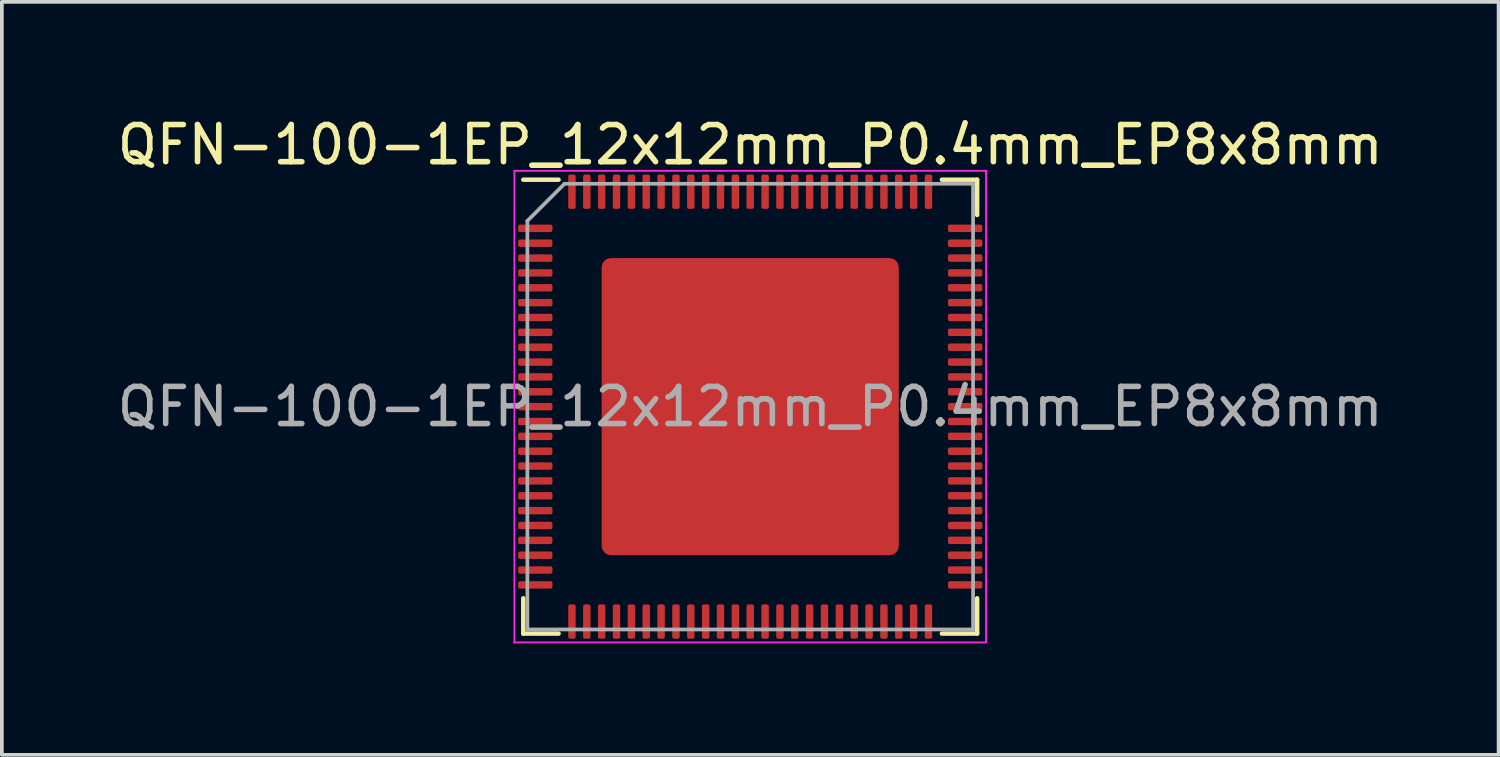
<source format=kicad_pcb>
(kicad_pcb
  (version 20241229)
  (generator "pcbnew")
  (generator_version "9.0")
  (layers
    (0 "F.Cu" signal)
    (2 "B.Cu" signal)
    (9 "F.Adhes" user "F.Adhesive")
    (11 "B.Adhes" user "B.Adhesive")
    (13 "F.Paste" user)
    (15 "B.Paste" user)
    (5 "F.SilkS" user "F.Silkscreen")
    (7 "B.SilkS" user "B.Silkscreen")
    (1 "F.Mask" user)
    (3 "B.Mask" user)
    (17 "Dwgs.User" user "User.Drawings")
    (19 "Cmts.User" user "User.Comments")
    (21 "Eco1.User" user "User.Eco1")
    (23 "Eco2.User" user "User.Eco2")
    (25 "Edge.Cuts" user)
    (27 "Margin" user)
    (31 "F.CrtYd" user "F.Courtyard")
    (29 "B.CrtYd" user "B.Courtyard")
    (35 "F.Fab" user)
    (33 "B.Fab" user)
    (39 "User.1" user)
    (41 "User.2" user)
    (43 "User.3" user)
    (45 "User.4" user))
  (footprint "QFN-100-1EP_12x12mm_P0.4mm_EP8x8mm"
    (layer "F.Cu")
    (at 17.149 7.898)
    (property "Reference" "QFN-100-1EP_12x12mm_P0.4mm_EP8x8mm" (at 0 -7.05 0) (layer "F.SilkS") (effects (font (size 1 1) (thickness 0.15))))
    (attr smd)
    (fp_line (start -6.11 6.11) (end -6.11 5.16) (stroke (width 0.12) (type solid)) (layer "F.SilkS"))
    (fp_line (start -5.16 -6.11) (end -6.11 -6.11) (stroke (width 0.12) (type solid)) (layer "F.SilkS"))
    (fp_line (start -5.16 6.11) (end -6.11 6.11) (stroke (width 0.12) (type solid)) (layer "F.SilkS"))
    (fp_line (start 5.16 -6.11) (end 6.11 -6.11) (stroke (width 0.12) (type solid)) (layer "F.SilkS"))
    (fp_line (start 5.16 6.11) (end 6.11 6.11) (stroke (width 0.12) (type solid)) (layer "F.SilkS"))
    (fp_line (start 6.11 -6.11) (end 6.11 -5.16) (stroke (width 0.12) (type solid)) (layer "F.SilkS"))
    (fp_line (start 6.11 6.11) (end 6.11 5.16) (stroke (width 0.12) (type solid)) (layer "F.SilkS"))
    (fp_line (start -6.35 -6.35) (end -6.35 6.35) (stroke (width 0.05) (type solid)) (layer "F.CrtYd"))
    (fp_line (start -6.35 6.35) (end 6.35 6.35) (stroke (width 0.05) (type solid)) (layer "F.CrtYd"))
    (fp_line (start 6.35 -6.35) (end -6.35 -6.35) (stroke (width 0.05) (type solid)) (layer "F.CrtYd"))
    (fp_line (start 6.35 6.35) (end 6.35 -6.35) (stroke (width 0.05) (type solid)) (layer "F.CrtYd"))
    (fp_line (start -6 -5) (end -5 -6) (stroke (width 0.1) (type solid)) (layer "F.Fab"))
    (fp_line (start -6 6) (end -6 -5) (stroke (width 0.1) (type solid)) (layer "F.Fab"))
    (fp_line (start -5 -6) (end 6 -6) (stroke (width 0.1) (type solid)) (layer "F.Fab"))
    (fp_line (start 6 -6) (end 6 6) (stroke (width 0.1) (type solid)) (layer "F.Fab"))
    (fp_line (start 6 6) (end -6 6) (stroke (width 0.1) (type solid)) (layer "F.Fab"))
    (fp_text user "${REFERENCE}" (at 0 0 0) (layer "F.Fab") (effects (font (size 1 1) (thickness 0.15))))
    (pad "" smd roundrect (at -3.2 -3.2) (size 1.29 1.29) (layers "F.Paste") (roundrect_rratio 0.194))
    (pad "" smd roundrect (at -3.2 -1.6) (size 1.29 1.29) (layers "F.Paste") (roundrect_rratio 0.194))
    (pad "" smd roundrect (at -3.2 0) (size 1.29 1.29) (layers "F.Paste") (roundrect_rratio 0.194))
    (pad "" smd roundrect (at -3.2 1.6) (size 1.29 1.29) (layers "F.Paste") (roundrect_rratio 0.194))
    (pad "" smd roundrect (at -3.2 3.2) (size 1.29 1.29) (layers "F.Paste") (roundrect_rratio 0.194))
    (pad "" smd roundrect (at -1.6 -3.2) (size 1.29 1.29) (layers "F.Paste") (roundrect_rratio 0.194))
    (pad "" smd roundrect (at -1.6 -1.6) (size 1.29 1.29) (layers "F.Paste") (roundrect_rratio 0.194))
    (pad "" smd roundrect (at -1.6 0) (size 1.29 1.29) (layers "F.Paste") (roundrect_rratio 0.194))
    (pad "" smd roundrect (at -1.6 1.6) (size 1.29 1.29) (layers "F.Paste") (roundrect_rratio 0.194))
    (pad "" smd roundrect (at -1.6 3.2) (size 1.29 1.29) (layers "F.Paste") (roundrect_rratio 0.194))
    (pad "" smd roundrect (at 0 -3.2) (size 1.29 1.29) (layers "F.Paste") (roundrect_rratio 0.194))
    (pad "" smd roundrect (at 0 -1.6) (size 1.29 1.29) (layers "F.Paste") (roundrect_rratio 0.194))
    (pad "" smd roundrect (at 0 0) (size 1.29 1.29) (layers "F.Paste") (roundrect_rratio 0.194))
    (pad "" smd roundrect (at 0 1.6) (size 1.29 1.29) (layers "F.Paste") (roundrect_rratio 0.194))
    (pad "" smd roundrect (at 0 3.2) (size 1.29 1.29) (layers "F.Paste") (roundrect_rratio 0.194))
    (pad "" smd roundrect (at 1.6 -3.2) (size 1.29 1.29) (layers "F.Paste") (roundrect_rratio 0.194))
    (pad "" smd roundrect (at 1.6 -1.6) (size 1.29 1.29) (layers "F.Paste") (roundrect_rratio 0.194))
    (pad "" smd roundrect (at 1.6 0) (size 1.29 1.29) (layers "F.Paste") (roundrect_rratio 0.194))
    (pad "" smd roundrect (at 1.6 1.6) (size 1.29 1.29) (layers "F.Paste") (roundrect_rratio 0.194))
    (pad "" smd roundrect (at 1.6 3.2) (size 1.29 1.29) (layers "F.Paste") (roundrect_rratio 0.194))
    (pad "" smd roundrect (at 3.2 -3.2) (size 1.29 1.29) (layers "F.Paste") (roundrect_rratio 0.194))
    (pad "" smd roundrect (at 3.2 -1.6) (size 1.29 1.29) (layers "F.Paste") (roundrect_rratio 0.194))
    (pad "" smd roundrect (at 3.2 0) (size 1.29 1.29) (layers "F.Paste") (roundrect_rratio 0.194))
    (pad "" smd roundrect (at 3.2 1.6) (size 1.29 1.29) (layers "F.Paste") (roundrect_rratio 0.194))
    (pad "" smd roundrect (at 3.2 3.2) (size 1.29 1.29) (layers "F.Paste") (roundrect_rratio 0.194))
    (pad "1" smd roundrect (at -5.787 -4.8) (size 0.925 0.2) (layers "F.Cu" "F.Mask" "F.Paste") (roundrect_rratio 0.25))
    (pad "2" smd roundrect (at -5.787 -4.4) (size 0.925 0.2) (layers "F.Cu" "F.Mask" "F.Paste") (roundrect_rratio 0.25))
    (pad "3" smd roundrect (at -5.787 -4) (size 0.925 0.2) (layers "F.Cu" "F.Mask" "F.Paste") (roundrect_rratio 0.25))
    (pad "4" smd roundrect (at -5.787 -3.6) (size 0.925 0.2) (layers "F.Cu" "F.Mask" "F.Paste") (roundrect_rratio 0.25))
    (pad "5" smd roundrect (at -5.787 -3.2) (size 0.925 0.2) (layers "F.Cu" "F.Mask" "F.Paste") (roundrect_rratio 0.25))
    (pad "6" smd roundrect (at -5.787 -2.8) (size 0.925 0.2) (layers "F.Cu" "F.Mask" "F.Paste") (roundrect_rratio 0.25))
    (pad "7" smd roundrect (at -5.787 -2.4) (size 0.925 0.2) (layers "F.Cu" "F.Mask" "F.Paste") (roundrect_rratio 0.25))
    (pad "8" smd roundrect (at -5.787 -2) (size 0.925 0.2) (layers "F.Cu" "F.Mask" "F.Paste") (roundrect_rratio 0.25))
    (pad "9" smd roundrect (at -5.787 -1.6) (size 0.925 0.2) (layers "F.Cu" "F.Mask" "F.Paste") (roundrect_rratio 0.25))
    (pad "10" smd roundrect (at -5.787 -1.2) (size 0.925 0.2) (layers "F.Cu" "F.Mask" "F.Paste") (roundrect_rratio 0.25))
    (pad "11" smd roundrect (at -5.787 -0.8) (size 0.925 0.2) (layers "F.Cu" "F.Mask" "F.Paste") (roundrect_rratio 0.25))
    (pad "12" smd roundrect (at -5.787 -0.4) (size 0.925 0.2) (layers "F.Cu" "F.Mask" "F.Paste") (roundrect_rratio 0.25))
    (pad "13" smd roundrect (at -5.787 0) (size 0.925 0.2) (layers "F.Cu" "F.Mask" "F.Paste") (roundrect_rratio 0.25))
    (pad "14" smd roundrect (at -5.787 0.4) (size 0.925 0.2) (layers "F.Cu" "F.Mask" "F.Paste") (roundrect_rratio 0.25))
    (pad "15" smd roundrect (at -5.787 0.8) (size 0.925 0.2) (layers "F.Cu" "F.Mask" "F.Paste") (roundrect_rratio 0.25))
    (pad "16" smd roundrect (at -5.787 1.2) (size 0.925 0.2) (layers "F.Cu" "F.Mask" "F.Paste") (roundrect_rratio 0.25))
    (pad "17" smd roundrect (at -5.787 1.6) (size 0.925 0.2) (layers "F.Cu" "F.Mask" "F.Paste") (roundrect_rratio 0.25))
    (pad "18" smd roundrect (at -5.787 2) (size 0.925 0.2) (layers "F.Cu" "F.Mask" "F.Paste") (roundrect_rratio 0.25))
    (pad "19" smd roundrect (at -5.787 2.4) (size 0.925 0.2) (layers "F.Cu" "F.Mask" "F.Paste") (roundrect_rratio 0.25))
    (pad "20" smd roundrect (at -5.787 2.8) (size 0.925 0.2) (layers "F.Cu" "F.Mask" "F.Paste") (roundrect_rratio 0.25))
    (pad "21" smd roundrect (at -5.787 3.2) (size 0.925 0.2) (layers "F.Cu" "F.Mask" "F.Paste") (roundrect_rratio 0.25))
    (pad "22" smd roundrect (at -5.787 3.6) (size 0.925 0.2) (layers "F.Cu" "F.Mask" "F.Paste") (roundrect_rratio 0.25))
    (pad "23" smd roundrect (at -5.787 4) (size 0.925 0.2) (layers "F.Cu" "F.Mask" "F.Paste") (roundrect_rratio 0.25))
    (pad "24" smd roundrect (at -5.787 4.4) (size 0.925 0.2) (layers "F.Cu" "F.Mask" "F.Paste") (roundrect_rratio 0.25))
    (pad "25" smd roundrect (at -5.787 4.8) (size 0.925 0.2) (layers "F.Cu" "F.Mask" "F.Paste") (roundrect_rratio 0.25))
    (pad "26" smd roundrect (at -4.8 5.787) (size 0.2 0.925) (layers "F.Cu" "F.Mask" "F.Paste") (roundrect_rratio 0.25))
    (pad "27" smd roundrect (at -4.4 5.787) (size 0.2 0.925) (layers "F.Cu" "F.Mask" "F.Paste") (roundrect_rratio 0.25))
    (pad "28" smd roundrect (at -4 5.787) (size 0.2 0.925) (layers "F.Cu" "F.Mask" "F.Paste") (roundrect_rratio 0.25))
    (pad "29" smd roundrect (at -3.6 5.787) (size 0.2 0.925) (layers "F.Cu" "F.Mask" "F.Paste") (roundrect_rratio 0.25))
    (pad "30" smd roundrect (at -3.2 5.787) (size 0.2 0.925) (layers "F.Cu" "F.Mask" "F.Paste") (roundrect_rratio 0.25))
    (pad "31" smd roundrect (at -2.8 5.787) (size 0.2 0.925) (layers "F.Cu" "F.Mask" "F.Paste") (roundrect_rratio 0.25))
    (pad "32" smd roundrect (at -2.4 5.787) (size 0.2 0.925) (layers "F.Cu" "F.Mask" "F.Paste") (roundrect_rratio 0.25))
    (pad "33" smd roundrect (at -2 5.787) (size 0.2 0.925) (layers "F.Cu" "F.Mask" "F.Paste") (roundrect_rratio 0.25))
    (pad "34" smd roundrect (at -1.6 5.787) (size 0.2 0.925) (layers "F.Cu" "F.Mask" "F.Paste") (roundrect_rratio 0.25))
    (pad "35" smd roundrect (at -1.2 5.787) (size 0.2 0.925) (layers "F.Cu" "F.Mask" "F.Paste") (roundrect_rratio 0.25))
    (pad "36" smd roundrect (at -0.8 5.787) (size 0.2 0.925) (layers "F.Cu" "F.Mask" "F.Paste") (roundrect_rratio 0.25))
    (pad "37" smd roundrect (at -0.4 5.787) (size 0.2 0.925) (layers "F.Cu" "F.Mask" "F.Paste") (roundrect_rratio 0.25))
    (pad "38" smd roundrect (at 0 5.787) (size 0.2 0.925) (layers "F.Cu" "F.Mask" "F.Paste") (roundrect_rratio 0.25))
    (pad "39" smd roundrect (at 0.4 5.787) (size 0.2 0.925) (layers "F.Cu" "F.Mask" "F.Paste") (roundrect_rratio 0.25))
    (pad "40" smd roundrect (at 0.8 5.787) (size 0.2 0.925) (layers "F.Cu" "F.Mask" "F.Paste") (roundrect_rratio 0.25))
    (pad "41" smd roundrect (at 1.2 5.787) (size 0.2 0.925) (layers "F.Cu" "F.Mask" "F.Paste") (roundrect_rratio 0.25))
    (pad "42" smd roundrect (at 1.6 5.787) (size 0.2 0.925) (layers "F.Cu" "F.Mask" "F.Paste") (roundrect_rratio 0.25))
    (pad "43" smd roundrect (at 2 5.787) (size 0.2 0.925) (layers "F.Cu" "F.Mask" "F.Paste") (roundrect_rratio 0.25))
    (pad "44" smd roundrect (at 2.4 5.787) (size 0.2 0.925) (layers "F.Cu" "F.Mask" "F.Paste") (roundrect_rratio 0.25))
    (pad "45" smd roundrect (at 2.8 5.787) (size 0.2 0.925) (layers "F.Cu" "F.Mask" "F.Paste") (roundrect_rratio 0.25))
    (pad "46" smd roundrect (at 3.2 5.787) (size 0.2 0.925) (layers "F.Cu" "F.Mask" "F.Paste") (roundrect_rratio 0.25))
    (pad "47" smd roundrect (at 3.6 5.787) (size 0.2 0.925) (layers "F.Cu" "F.Mask" "F.Paste") (roundrect_rratio 0.25))
    (pad "48" smd roundrect (at 4 5.787) (size 0.2 0.925) (layers "F.Cu" "F.Mask" "F.Paste") (roundrect_rratio 0.25))
    (pad "49" smd roundrect (at 4.4 5.787) (size 0.2 0.925) (layers "F.Cu" "F.Mask" "F.Paste") (roundrect_rratio 0.25))
    (pad "50" smd roundrect (at 4.8 5.787) (size 0.2 0.925) (layers "F.Cu" "F.Mask" "F.Paste") (roundrect_rratio 0.25))
    (pad "51" smd roundrect (at 5.787 4.8) (size 0.925 0.2) (layers "F.Cu" "F.Mask" "F.Paste") (roundrect_rratio 0.25))
    (pad "52" smd roundrect (at 5.787 4.4) (size 0.925 0.2) (layers "F.Cu" "F.Mask" "F.Paste") (roundrect_rratio 0.25))
    (pad "53" smd roundrect (at 5.787 4) (size 0.925 0.2) (layers "F.Cu" "F.Mask" "F.Paste") (roundrect_rratio 0.25))
    (pad "54" smd roundrect (at 5.787 3.6) (size 0.925 0.2) (layers "F.Cu" "F.Mask" "F.Paste") (roundrect_rratio 0.25))
    (pad "55" smd roundrect (at 5.787 3.2) (size 0.925 0.2) (layers "F.Cu" "F.Mask" "F.Paste") (roundrect_rratio 0.25))
    (pad "56" smd roundrect (at 5.787 2.8) (size 0.925 0.2) (layers "F.Cu" "F.Mask" "F.Paste") (roundrect_rratio 0.25))
    (pad "57" smd roundrect (at 5.787 2.4) (size 0.925 0.2) (layers "F.Cu" "F.Mask" "F.Paste") (roundrect_rratio 0.25))
    (pad "58" smd roundrect (at 5.787 2) (size 0.925 0.2) (layers "F.Cu" "F.Mask" "F.Paste") (roundrect_rratio 0.25))
    (pad "59" smd roundrect (at 5.787 1.6) (size 0.925 0.2) (layers "F.Cu" "F.Mask" "F.Paste") (roundrect_rratio 0.25))
    (pad "60" smd roundrect (at 5.787 1.2) (size 0.925 0.2) (layers "F.Cu" "F.Mask" "F.Paste") (roundrect_rratio 0.25))
    (pad "61" smd roundrect (at 5.787 0.8) (size 0.925 0.2) (layers "F.Cu" "F.Mask" "F.Paste") (roundrect_rratio 0.25))
    (pad "62" smd roundrect (at 5.787 0.4) (size 0.925 0.2) (layers "F.Cu" "F.Mask" "F.Paste") (roundrect_rratio 0.25))
    (pad "63" smd roundrect (at 5.787 0) (size 0.925 0.2) (layers "F.Cu" "F.Mask" "F.Paste") (roundrect_rratio 0.25))
    (pad "64" smd roundrect (at 5.787 -0.4) (size 0.925 0.2) (layers "F.Cu" "F.Mask" "F.Paste") (roundrect_rratio 0.25))
    (pad "65" smd roundrect (at 5.787 -0.8) (size 0.925 0.2) (layers "F.Cu" "F.Mask" "F.Paste") (roundrect_rratio 0.25))
    (pad "66" smd roundrect (at 5.787 -1.2) (size 0.925 0.2) (layers "F.Cu" "F.Mask" "F.Paste") (roundrect_rratio 0.25))
    (pad "67" smd roundrect (at 5.787 -1.6) (size 0.925 0.2) (layers "F.Cu" "F.Mask" "F.Paste") (roundrect_rratio 0.25))
    (pad "68" smd roundrect (at 5.787 -2) (size 0.925 0.2) (layers "F.Cu" "F.Mask" "F.Paste") (roundrect_rratio 0.25))
    (pad "69" smd roundrect (at 5.787 -2.4) (size 0.925 0.2) (layers "F.Cu" "F.Mask" "F.Paste") (roundrect_rratio 0.25))
    (pad "70" smd roundrect (at 5.787 -2.8) (size 0.925 0.2) (layers "F.Cu" "F.Mask" "F.Paste") (roundrect_rratio 0.25))
    (pad "71" smd roundrect (at 5.787 -3.2) (size 0.925 0.2) (layers "F.Cu" "F.Mask" "F.Paste") (roundrect_rratio 0.25))
    (pad "72" smd roundrect (at 5.787 -3.6) (size 0.925 0.2) (layers "F.Cu" "F.Mask" "F.Paste") (roundrect_rratio 0.25))
    (pad "73" smd roundrect (at 5.787 -4) (size 0.925 0.2) (layers "F.Cu" "F.Mask" "F.Paste") (roundrect_rratio 0.25))
    (pad "74" smd roundrect (at 5.787 -4.4) (size 0.925 0.2) (layers "F.Cu" "F.Mask" "F.Paste") (roundrect_rratio 0.25))
    (pad "75" smd roundrect (at 5.787 -4.8) (size 0.925 0.2) (layers "F.Cu" "F.Mask" "F.Paste") (roundrect_rratio 0.25))
    (pad "76" smd roundrect (at 4.8 -5.787) (size 0.2 0.925) (layers "F.Cu" "F.Mask" "F.Paste") (roundrect_rratio 0.25))
    (pad "77" smd roundrect (at 4.4 -5.787) (size 0.2 0.925) (layers "F.Cu" "F.Mask" "F.Paste") (roundrect_rratio 0.25))
    (pad "78" smd roundrect (at 4 -5.787) (size 0.2 0.925) (layers "F.Cu" "F.Mask" "F.Paste") (roundrect_rratio 0.25))
    (pad "79" smd roundrect (at 3.6 -5.787) (size 0.2 0.925) (layers "F.Cu" "F.Mask" "F.Paste") (roundrect_rratio 0.25))
    (pad "80" smd roundrect (at 3.2 -5.787) (size 0.2 0.925) (layers "F.Cu" "F.Mask" "F.Paste") (roundrect_rratio 0.25))
    (pad "81" smd roundrect (at 2.8 -5.787) (size 0.2 0.925) (layers "F.Cu" "F.Mask" "F.Paste") (roundrect_rratio 0.25))
    (pad "82" smd roundrect (at 2.4 -5.787) (size 0.2 0.925) (layers "F.Cu" "F.Mask" "F.Paste") (roundrect_rratio 0.25))
    (pad "83" smd roundrect (at 2 -5.787) (size 0.2 0.925) (layers "F.Cu" "F.Mask" "F.Paste") (roundrect_rratio 0.25))
    (pad "84" smd roundrect (at 1.6 -5.787) (size 0.2 0.925) (layers "F.Cu" "F.Mask" "F.Paste") (roundrect_rratio 0.25))
    (pad "85" smd roundrect (at 1.2 -5.787) (size 0.2 0.925) (layers "F.Cu" "F.Mask" "F.Paste") (roundrect_rratio 0.25))
    (pad "86" smd roundrect (at 0.8 -5.787) (size 0.2 0.925) (layers "F.Cu" "F.Mask" "F.Paste") (roundrect_rratio 0.25))
    (pad "87" smd roundrect (at 0.4 -5.787) (size 0.2 0.925) (layers "F.Cu" "F.Mask" "F.Paste") (roundrect_rratio 0.25))
    (pad "88" smd roundrect (at 0 -5.787) (size 0.2 0.925) (layers "F.Cu" "F.Mask" "F.Paste") (roundrect_rratio 0.25))
    (pad "89" smd roundrect (at -0.4 -5.787) (size 0.2 0.925) (layers "F.Cu" "F.Mask" "F.Paste") (roundrect_rratio 0.25))
    (pad "90" smd roundrect (at -0.8 -5.787) (size 0.2 0.925) (layers "F.Cu" "F.Mask" "F.Paste") (roundrect_rratio 0.25))
    (pad "91" smd roundrect (at -1.2 -5.787) (size 0.2 0.925) (layers "F.Cu" "F.Mask" "F.Paste") (roundrect_rratio 0.25))
    (pad "92" smd roundrect (at -1.6 -5.787) (size 0.2 0.925) (layers "F.Cu" "F.Mask" "F.Paste") (roundrect_rratio 0.25))
    (pad "93" smd roundrect (at -2 -5.787) (size 0.2 0.925) (layers "F.Cu" "F.Mask" "F.Paste") (roundrect_rratio 0.25))
    (pad "94" smd roundrect (at -2.4 -5.787) (size 0.2 0.925) (layers "F.Cu" "F.Mask" "F.Paste") (roundrect_rratio 0.25))
    (pad "95" smd roundrect (at -2.8 -5.787) (size 0.2 0.925) (layers "F.Cu" "F.Mask" "F.Paste") (roundrect_rratio 0.25))
    (pad "96" smd roundrect (at -3.2 -5.787) (size 0.2 0.925) (layers "F.Cu" "F.Mask" "F.Paste") (roundrect_rratio 0.25))
    (pad "97" smd roundrect (at -3.6 -5.787) (size 0.2 0.925) (layers "F.Cu" "F.Mask" "F.Paste") (roundrect_rratio 0.25))
    (pad "98" smd roundrect (at -4 -5.787) (size 0.2 0.925) (layers "F.Cu" "F.Mask" "F.Paste") (roundrect_rratio 0.25))
    (pad "99" smd roundrect (at -4.4 -5.787) (size 0.2 0.925) (layers "F.Cu" "F.Mask" "F.Paste") (roundrect_rratio 0.25))
    (pad "100" smd roundrect (at -4.8 -5.787) (size 0.2 0.925) (layers "F.Cu" "F.Mask" "F.Paste") (roundrect_rratio 0.25))
    (pad "101" smd roundrect (at 0 0) (size 8 8) (layers "F.Cu" "F.Mask") (roundrect_rratio 0.031)))
  (gr_rect
    (start -3 -3)
    (end 37.298 17.273)
    (stroke (width 0.1) (type default))
    (fill no)
    (layer "Edge.Cuts")))
</source>
